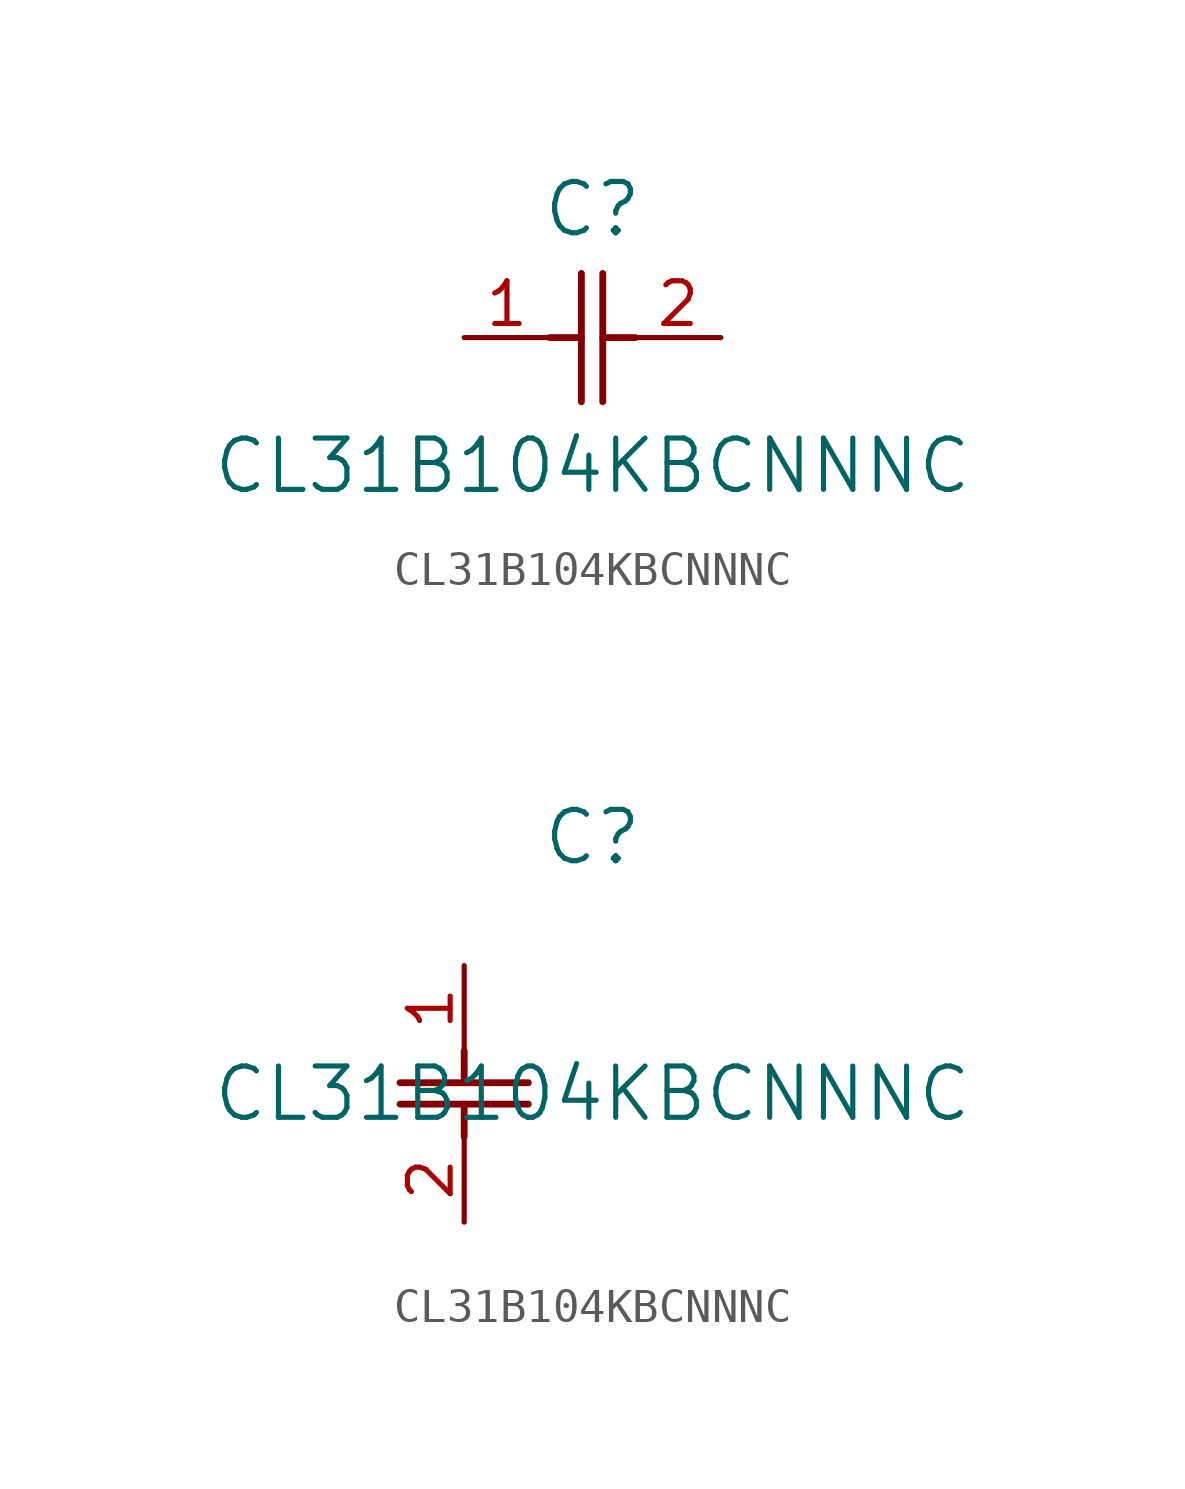
<source format=kicad_sym>
(kicad_symbol_lib
  (version 20211014)
  (generator kicad_symbol_editor)
  (symbol "CL31B104KBCNNNC"
    (pin_names
      (offset 0.254))
    (property "Reference" "C"
      (at 3.81 3.81 0)
      (effects (font (size 1.524 1.524))))
    (property "Value" "CL31B104KBCNNNC"
      (at 3.81 -3.81 0)
      (effects (font (size 1.524 1.524))))
    (symbol "CL31B104KBCNNNC_1_1"
      (polyline (pts (xy 3.48 -1.905) (xy 3.48 1.905)) (stroke (width 0.203) (type default) (color 0 0 0 0)) (fill (type none)))
      (polyline (pts (xy 4.115 -1.905) (xy 4.115 1.905)) (stroke (width 0.203) (type default) (color 0 0 0 0)) (fill (type none)))
      (polyline (pts (xy 4.115 0) (xy 5.08 0)) (stroke (width 0.203) (type default) (color 0 0 0 0)) (fill (type none)))
      (polyline (pts (xy 2.54 0) (xy 3.48 0)) (stroke (width 0.203) (type default) (color 0 0 0 0)) (fill (type none)))
      (pin unspecified line (at 0 0 0) (length 2.54) (name "" (effects (font (size 1.27 1.27)))) (number "1" (effects (font (size 1.27 1.27)))))
      (pin unspecified line (at 7.62 0 180) (length 2.54) (name "" (effects (font (size 1.27 1.27)))) (number "2" (effects (font (size 1.27 1.27))))))
    (symbol "CL31B104KBCNNNC_1_2"
      (polyline (pts (xy -1.905 -3.48) (xy 1.905 -3.48)) (stroke (width 0.203) (type default) (color 0 0 0 0)) (fill (type none)))
      (polyline (pts (xy -1.905 -4.115) (xy 1.905 -4.115)) (stroke (width 0.203) (type default) (color 0 0 0 0)) (fill (type none)))
      (polyline (pts (xy 0 -4.115) (xy 0 -5.08)) (stroke (width 0.203) (type default) (color 0 0 0 0)) (fill (type none)))
      (polyline (pts (xy 0 -2.54) (xy 0 -3.48)) (stroke (width 0.203) (type default) (color 0 0 0 0)) (fill (type none)))
      (pin unspecified line (at 0 0 270) (length 2.54) (name "" (effects (font (size 1.27 1.27)))) (number "1" (effects (font (size 1.27 1.27)))))
      (pin unspecified line (at 0 -7.62 90) (length 2.54) (name "" (effects (font (size 1.27 1.27)))) (number "2" (effects (font (size 1.27 1.27))))))))
</source>
